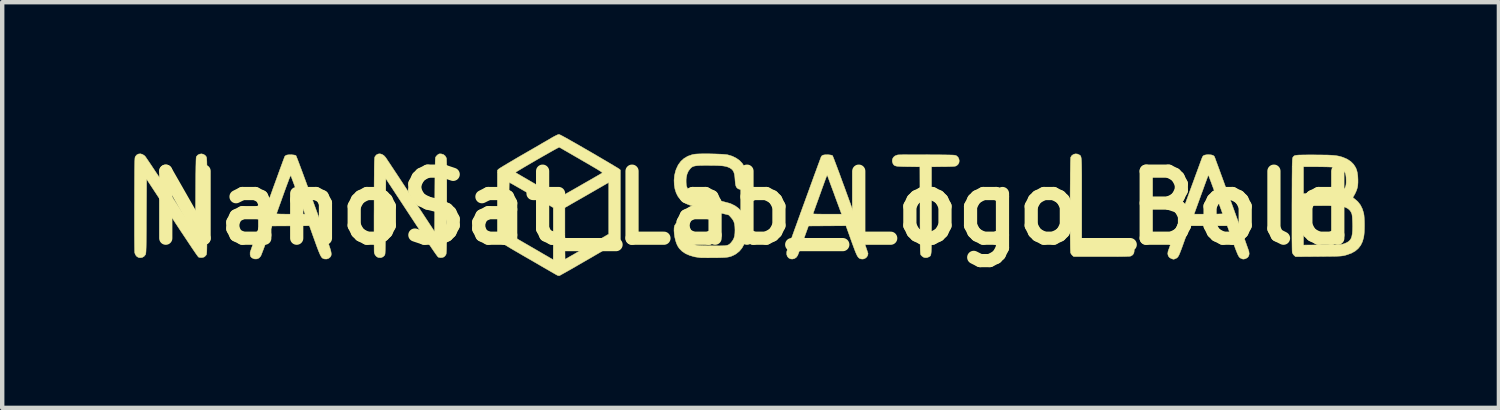
<source format=kicad_pcb>
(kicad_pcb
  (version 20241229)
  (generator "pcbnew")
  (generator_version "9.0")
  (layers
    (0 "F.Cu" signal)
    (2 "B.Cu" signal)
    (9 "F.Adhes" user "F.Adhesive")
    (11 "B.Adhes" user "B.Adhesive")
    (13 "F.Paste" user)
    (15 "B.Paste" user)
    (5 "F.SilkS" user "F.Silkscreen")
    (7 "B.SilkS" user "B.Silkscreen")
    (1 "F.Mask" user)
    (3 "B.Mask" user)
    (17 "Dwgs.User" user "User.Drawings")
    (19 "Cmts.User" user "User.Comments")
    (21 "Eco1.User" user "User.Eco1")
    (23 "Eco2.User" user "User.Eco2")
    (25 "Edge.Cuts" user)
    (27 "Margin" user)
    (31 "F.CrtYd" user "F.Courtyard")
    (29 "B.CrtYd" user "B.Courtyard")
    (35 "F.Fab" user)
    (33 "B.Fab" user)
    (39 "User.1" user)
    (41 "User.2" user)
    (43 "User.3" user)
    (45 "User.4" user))
  (footprint "NanoSat_Lab_Logo_Bold"
    (layer "F.Cu")
    (at 14.034 1.674)
    (property "Reference" "NanoSat_Lab_Logo_Bold" (at 0 0 0) (layer "F.SilkS") (effects (font (size 1.524 1.524) (thickness 0.3))))
    (attr through_hole)
    (fp_poly (pts (xy 7.395 -1.225) (xy 7.434 -1.209) (xy 7.444 -1.203) (xy 7.454 -1.198) (xy 7.462 -1.192) (xy 7.469 -1.184) (xy 7.475 -1.174) (xy 7.48 -1.159) (xy 7.484 -1.139) (xy 7.488 -1.112) (xy 7.491 -1.078) (xy 7.493 -1.034) (xy 7.495 -0.98) (xy 7.496 -0.915) (xy 7.497 -0.838) (xy 7.498 -0.746) (xy 7.498 -0.64) (xy 7.498 -0.517) (xy 7.498 -0.377) (xy 7.498 -0.219) (xy 7.498 -0.143) (xy 7.498 0.843) (xy 8.043 0.843) (xy 8.164 0.843) (xy 8.266 0.844) (xy 8.351 0.844) (xy 8.421 0.845) (xy 8.478 0.846) (xy 8.522 0.847) (xy 8.556 0.848) (xy 8.581 0.85) (xy 8.6 0.853) (xy 8.613 0.856) (xy 8.621 0.859) (xy 8.661 0.888) (xy 8.684 0.929) (xy 8.691 0.975) (xy 8.682 1.027) (xy 8.658 1.066) (xy 8.621 1.091) (xy 8.612 1.095) (xy 8.6 1.097) (xy 8.582 1.1) (xy 8.558 1.102) (xy 8.525 1.103) (xy 8.482 1.105) (xy 8.428 1.106) (xy 8.362 1.106) (xy 8.281 1.107) (xy 8.184 1.107) (xy 8.069 1.107) (xy 7.952 1.107) (xy 7.317 1.107) (xy 7.286 1.081) (xy 7.262 1.054) (xy 7.245 1.021) (xy 7.244 1.018) (xy 7.243 1.001) (xy 7.241 0.966) (xy 7.239 0.913) (xy 7.238 0.846) (xy 7.237 0.765) (xy 7.236 0.672) (xy 7.235 0.569) (xy 7.235 0.457) (xy 7.234 0.338) (xy 7.234 0.214) (xy 7.234 0.087) (xy 7.234 -0.043) (xy 7.234 -0.173) (xy 7.234 -0.301) (xy 7.235 -0.427) (xy 7.236 -0.547) (xy 7.237 -0.662) (xy 7.237 -0.768) (xy 7.239 -0.864) (xy 7.24 -0.95) (xy 7.241 -1.022) (xy 7.243 -1.079) (xy 7.245 -1.121) (xy 7.246 -1.144) (xy 7.247 -1.148) (xy 7.27 -1.187) (xy 7.306 -1.213) (xy 7.349 -1.227) (xy 7.395 -1.225)) (stroke (width 0.01) (type solid)) (fill yes) (layer "F.SilkS"))
    (fp_poly (pts (xy 3.78 -1.208) (xy 3.887 -1.208) (xy 3.998 -1.207) (xy 4.126 -1.206) (xy 4.235 -1.206) (xy 4.327 -1.205) (xy 4.404 -1.204) (xy 4.466 -1.203) (xy 4.516 -1.202) (xy 4.555 -1.201) (xy 4.585 -1.199) (xy 4.608 -1.197) (xy 4.624 -1.194) (xy 4.635 -1.191) (xy 4.644 -1.188) (xy 4.649 -1.185) (xy 4.686 -1.153) (xy 4.707 -1.112) (xy 4.714 -1.067) (xy 4.707 -1.023) (xy 4.684 -0.985) (xy 4.651 -0.958) (xy 4.638 -0.952) (xy 4.622 -0.948) (xy 4.6 -0.944) (xy 4.569 -0.942) (xy 4.527 -0.94) (xy 4.471 -0.938) (xy 4.399 -0.937) (xy 4.351 -0.937) (xy 4.084 -0.933) (xy 4.084 0.052) (xy 4.084 0.218) (xy 4.085 0.366) (xy 4.084 0.495) (xy 4.084 0.608) (xy 4.084 0.706) (xy 4.083 0.789) (xy 4.082 0.859) (xy 4.081 0.917) (xy 4.079 0.965) (xy 4.077 1.003) (xy 4.074 1.032) (xy 4.07 1.055) (xy 4.066 1.072) (xy 4.061 1.084) (xy 4.055 1.092) (xy 4.048 1.099) (xy 4.04 1.104) (xy 4.032 1.109) (xy 4.03 1.11) (xy 3.984 1.13) (xy 3.937 1.132) (xy 3.902 1.12) (xy 3.872 1.1) (xy 3.848 1.075) (xy 3.846 1.074) (xy 3.843 1.069) (xy 3.84 1.063) (xy 3.837 1.055) (xy 3.835 1.044) (xy 3.833 1.029) (xy 3.831 1.007) (xy 3.829 0.979) (xy 3.828 0.943) (xy 3.827 0.898) (xy 3.826 0.842) (xy 3.825 0.774) (xy 3.825 0.693) (xy 3.824 0.598) (xy 3.824 0.487) (xy 3.823 0.36) (xy 3.823 0.215) (xy 3.823 0.056) (xy 3.82 -0.933) (xy 3.553 -0.937) (xy 3.465 -0.938) (xy 3.394 -0.94) (xy 3.34 -0.943) (xy 3.298 -0.947) (xy 3.267 -0.954) (xy 3.245 -0.963) (xy 3.229 -0.975) (xy 3.217 -0.991) (xy 3.206 -1.012) (xy 3.204 -1.014) (xy 3.191 -1.063) (xy 3.197 -1.108) (xy 3.218 -1.149) (xy 3.254 -1.18) (xy 3.303 -1.2) (xy 3.324 -1.204) (xy 3.344 -1.205) (xy 3.382 -1.206) (xy 3.436 -1.207) (xy 3.505 -1.207) (xy 3.587 -1.208) (xy 3.679 -1.208) (xy 3.78 -1.208)) (stroke (width 0.01) (type solid)) (fill yes) (layer "F.SilkS"))
    (fp_poly (pts (xy -13.848 -1.217) (xy -13.803 -1.188) (xy -13.786 -1.172) (xy -13.777 -1.159) (xy -13.757 -1.131) (xy -13.728 -1.088) (xy -13.69 -1.032) (xy -13.644 -0.964) (xy -13.591 -0.884) (xy -13.532 -0.795) (xy -13.466 -0.697) (xy -13.397 -0.591) (xy -13.323 -0.48) (xy -13.246 -0.363) (xy -13.202 -0.296) (xy -12.644 0.552) (xy -12.639 -0.296) (xy -12.638 -0.461) (xy -12.637 -0.606) (xy -12.636 -0.732) (xy -12.634 -0.841) (xy -12.633 -0.932) (xy -12.631 -1.007) (xy -12.63 -1.067) (xy -12.628 -1.111) (xy -12.626 -1.142) (xy -12.623 -1.159) (xy -12.622 -1.163) (xy -12.591 -1.2) (xy -12.55 -1.221) (xy -12.506 -1.228) (xy -12.462 -1.218) (xy -12.423 -1.194) (xy -12.4 -1.166) (xy -12.397 -1.16) (xy -12.394 -1.153) (xy -12.391 -1.144) (xy -12.389 -1.132) (xy -12.387 -1.115) (xy -12.386 -1.092) (xy -12.384 -1.063) (xy -12.383 -1.025) (xy -12.382 -0.978) (xy -12.382 -0.921) (xy -12.381 -0.852) (xy -12.381 -0.77) (xy -12.38 -0.675) (xy -12.38 -0.564) (xy -12.38 -0.437) (xy -12.38 -0.293) (xy -12.38 -0.13) (xy -12.38 -0.045) (xy -12.38 0.127) (xy -12.38 0.281) (xy -12.38 0.416) (xy -12.38 0.535) (xy -12.381 0.638) (xy -12.381 0.726) (xy -12.382 0.801) (xy -12.382 0.864) (xy -12.383 0.916) (xy -12.384 0.958) (xy -12.385 0.991) (xy -12.387 1.016) (xy -12.389 1.035) (xy -12.391 1.049) (xy -12.393 1.059) (xy -12.396 1.066) (xy -12.398 1.07) (xy -12.42 1.095) (xy -12.441 1.114) (xy -12.475 1.126) (xy -12.517 1.13) (xy -12.557 1.124) (xy -12.573 1.118) (xy -12.582 1.107) (xy -12.602 1.081) (xy -12.632 1.039) (xy -12.671 0.982) (xy -12.719 0.912) (xy -12.775 0.828) (xy -12.838 0.733) (xy -12.909 0.627) (xy -12.987 0.51) (xy -13.07 0.384) (xy -13.159 0.248) (xy -13.174 0.226) (xy -13.752 -0.653) (xy -13.757 0.189) (xy -13.758 0.34) (xy -13.758 0.472) (xy -13.759 0.586) (xy -13.76 0.685) (xy -13.761 0.768) (xy -13.762 0.837) (xy -13.763 0.894) (xy -13.765 0.94) (xy -13.766 0.977) (xy -13.768 1.005) (xy -13.77 1.026) (xy -13.772 1.041) (xy -13.775 1.052) (xy -13.778 1.06) (xy -13.78 1.064) (xy -13.812 1.103) (xy -13.854 1.127) (xy -13.904 1.133) (xy -13.936 1.127) (xy -13.974 1.105) (xy -14.004 1.068) (xy -14.021 1.025) (xy -14.023 1.008) (xy -14.025 0.97) (xy -14.026 0.912) (xy -14.027 0.834) (xy -14.028 0.736) (xy -14.029 0.618) (xy -14.029 0.48) (xy -14.029 0.323) (xy -14.029 0.146) (xy -14.029 -0.05) (xy -14.029 -0.073) (xy -14.028 -0.243) (xy -14.028 -0.395) (xy -14.027 -0.528) (xy -14.027 -0.645) (xy -14.026 -0.745) (xy -14.026 -0.832) (xy -14.025 -0.905) (xy -14.024 -0.966) (xy -14.023 -1.017) (xy -14.022 -1.057) (xy -14.02 -1.089) (xy -14.019 -1.114) (xy -14.017 -1.133) (xy -14.015 -1.146) (xy -14.012 -1.156) (xy -14.009 -1.163) (xy -14.008 -1.166) (xy -13.978 -1.203) (xy -13.938 -1.224) (xy -13.894 -1.229) (xy -13.848 -1.217)) (stroke (width 0.01) (type solid)) (fill yes) (layer "F.SilkS"))
    (fp_poly (pts (xy -8.405 -1.217) (xy -8.361 -1.19) (xy -8.323 -1.149) (xy -8.313 -1.135) (xy -8.293 -1.105) (xy -8.264 -1.061) (xy -8.225 -1.003) (xy -8.179 -0.933) (xy -8.126 -0.853) (xy -8.066 -0.763) (xy -8.001 -0.664) (xy -7.932 -0.559) (xy -7.858 -0.447) (xy -7.781 -0.331) (xy -7.751 -0.285) (xy -7.209 0.539) (xy -7.203 -0.292) (xy -7.202 -0.456) (xy -7.201 -0.6) (xy -7.2 -0.726) (xy -7.199 -0.834) (xy -7.197 -0.924) (xy -7.195 -0.999) (xy -7.194 -1.057) (xy -7.192 -1.101) (xy -7.19 -1.13) (xy -7.187 -1.146) (xy -7.187 -1.149) (xy -7.171 -1.173) (xy -7.147 -1.198) (xy -7.141 -1.203) (xy -7.117 -1.221) (xy -7.094 -1.228) (xy -7.063 -1.227) (xy -7.059 -1.227) (xy -7.008 -1.213) (xy -6.969 -1.182) (xy -6.943 -1.138) (xy -6.939 -1.126) (xy -6.937 -1.109) (xy -6.936 -1.072) (xy -6.934 -1.015) (xy -6.933 -0.94) (xy -6.932 -0.845) (xy -6.932 -0.731) (xy -6.931 -0.6) (xy -6.931 -0.451) (xy -6.931 -0.284) (xy -6.931 -0.1) (xy -6.931 -0.029) (xy -6.932 0.142) (xy -6.932 0.293) (xy -6.933 0.426) (xy -6.933 0.543) (xy -6.934 0.644) (xy -6.935 0.73) (xy -6.935 0.803) (xy -6.936 0.865) (xy -6.937 0.915) (xy -6.938 0.956) (xy -6.94 0.988) (xy -6.942 1.012) (xy -6.943 1.031) (xy -6.946 1.044) (xy -6.948 1.054) (xy -6.951 1.061) (xy -6.952 1.064) (xy -6.972 1.092) (xy -6.994 1.113) (xy -6.996 1.114) (xy -7.032 1.128) (xy -7.075 1.131) (xy -7.116 1.123) (xy -7.126 1.118) (xy -7.137 1.107) (xy -7.158 1.079) (xy -7.19 1.035) (xy -7.233 0.973) (xy -7.286 0.895) (xy -7.35 0.8) (xy -7.425 0.688) (xy -7.51 0.559) (xy -7.607 0.414) (xy -7.714 0.251) (xy -7.735 0.219) (xy -8.316 -0.665) (xy -8.321 0.193) (xy -8.322 0.346) (xy -8.323 0.48) (xy -8.324 0.596) (xy -8.325 0.696) (xy -8.326 0.781) (xy -8.327 0.851) (xy -8.328 0.909) (xy -8.329 0.956) (xy -8.331 0.993) (xy -8.332 1.022) (xy -8.334 1.042) (xy -8.337 1.057) (xy -8.339 1.067) (xy -8.342 1.074) (xy -8.343 1.075) (xy -8.38 1.112) (xy -8.426 1.131) (xy -8.476 1.13) (xy -8.49 1.127) (xy -8.528 1.106) (xy -8.559 1.07) (xy -8.578 1.026) (xy -8.58 1.013) (xy -8.581 0.997) (xy -8.582 0.963) (xy -8.582 0.91) (xy -8.583 0.842) (xy -8.583 0.759) (xy -8.583 0.662) (xy -8.584 0.554) (xy -8.584 0.435) (xy -8.584 0.307) (xy -8.584 0.172) (xy -8.583 0.031) (xy -8.583 -0.081) (xy -8.583 -0.251) (xy -8.582 -0.402) (xy -8.582 -0.534) (xy -8.581 -0.65) (xy -8.58 -0.75) (xy -8.58 -0.836) (xy -8.579 -0.909) (xy -8.578 -0.969) (xy -8.577 -1.019) (xy -8.576 -1.059) (xy -8.574 -1.091) (xy -8.573 -1.115) (xy -8.571 -1.134) (xy -8.569 -1.147) (xy -8.566 -1.156) (xy -8.563 -1.163) (xy -8.562 -1.166) (xy -8.532 -1.203) (xy -8.493 -1.224) (xy -8.45 -1.229) (xy -8.405 -1.217)) (stroke (width 0.01) (type solid)) (fill yes) (layer "F.SilkS"))
    (fp_poly (pts (xy 1.737 -1.207) (xy 1.779 -1.203) (xy 1.813 -1.197) (xy 1.833 -1.189) (xy 1.834 -1.188) (xy 1.84 -1.176) (xy 1.852 -1.146) (xy 1.87 -1.101) (xy 1.893 -1.04) (xy 1.921 -0.966) (xy 1.953 -0.881) (xy 1.989 -0.785) (xy 2.027 -0.68) (xy 2.068 -0.568) (xy 2.112 -0.45) (xy 2.156 -0.328) (xy 2.202 -0.202) (xy 2.248 -0.075) (xy 2.294 0.052) (xy 2.339 0.177) (xy 2.383 0.3) (xy 2.426 0.418) (xy 2.466 0.53) (xy 2.503 0.635) (xy 2.537 0.731) (xy 2.567 0.817) (xy 2.593 0.891) (xy 2.614 0.952) (xy 2.629 0.998) (xy 2.639 1.028) (xy 2.642 1.04) (xy 2.632 1.084) (xy 2.607 1.122) (xy 2.571 1.149) (xy 2.528 1.163) (xy 2.481 1.16) (xy 2.477 1.159) (xy 2.458 1.152) (xy 2.441 1.143) (xy 2.425 1.129) (xy 2.409 1.109) (xy 2.393 1.082) (xy 2.375 1.044) (xy 2.354 0.995) (xy 2.33 0.932) (xy 2.301 0.854) (xy 2.266 0.759) (xy 2.261 0.744) (xy 2.14 0.406) (xy 1.288 0.411) (xy 1.172 0.732) (xy 1.144 0.809) (xy 1.117 0.883) (xy 1.093 0.948) (xy 1.072 1.004) (xy 1.055 1.048) (xy 1.044 1.076) (xy 1.04 1.085) (xy 1.008 1.127) (xy 0.966 1.153) (xy 0.918 1.163) (xy 0.878 1.158) (xy 0.836 1.136) (xy 0.807 1.1) (xy 0.793 1.054) (xy 0.794 1.002) (xy 0.798 0.985) (xy 0.802 0.971) (xy 0.813 0.94) (xy 0.83 0.893) (xy 0.852 0.831) (xy 0.879 0.756) (xy 0.91 0.669) (xy 0.945 0.573) (xy 0.983 0.467) (xy 1.024 0.355) (xy 1.066 0.237) (xy 1.103 0.136) (xy 1.392 0.136) (xy 1.402 0.137) (xy 1.429 0.139) (xy 1.473 0.14) (xy 1.529 0.141) (xy 1.596 0.142) (xy 1.671 0.142) (xy 1.717 0.142) (xy 2.042 0.142) (xy 2.031 0.114) (xy 2.025 0.099) (xy 2.013 0.067) (xy 1.996 0.02) (xy 1.974 -0.04) (xy 1.948 -0.11) (xy 1.919 -0.188) (xy 1.888 -0.272) (xy 1.875 -0.31) (xy 1.843 -0.396) (xy 1.813 -0.477) (xy 1.786 -0.55) (xy 1.763 -0.614) (xy 1.744 -0.666) (xy 1.73 -0.704) (xy 1.721 -0.726) (xy 1.72 -0.73) (xy 1.715 -0.737) (xy 1.71 -0.735) (xy 1.702 -0.721) (xy 1.69 -0.694) (xy 1.674 -0.651) (xy 1.662 -0.618) (xy 1.646 -0.574) (xy 1.624 -0.513) (xy 1.598 -0.442) (xy 1.57 -0.363) (xy 1.54 -0.28) (xy 1.51 -0.196) (xy 1.503 -0.177) (xy 1.476 -0.102) (xy 1.451 -0.034) (xy 1.43 0.026) (xy 1.412 0.075) (xy 1.4 0.111) (xy 1.393 0.132) (xy 1.392 0.136) (xy 1.103 0.136) (xy 1.11 0.116) (xy 1.155 -0.009) (xy 1.201 -0.134) (xy 1.246 -0.259) (xy 1.291 -0.382) (xy 1.334 -0.501) (xy 1.376 -0.616) (xy 1.415 -0.724) (xy 1.452 -0.824) (xy 1.485 -0.914) (xy 1.514 -0.993) (xy 1.539 -1.06) (xy 1.558 -1.113) (xy 1.566 -1.135) (xy 1.58 -1.167) (xy 1.595 -1.186) (xy 1.616 -1.197) (xy 1.622 -1.199) (xy 1.653 -1.205) (xy 1.693 -1.208) (xy 1.737 -1.207)) (stroke (width 0.01) (type solid)) (fill yes) (layer "F.SilkS"))
    (fp_poly (pts (xy 10.438 -1.205) (xy 10.48 -1.194) (xy 10.506 -1.175) (xy 10.515 -1.161) (xy 10.521 -1.146) (xy 10.533 -1.114) (xy 10.55 -1.067) (xy 10.572 -1.007) (xy 10.598 -0.937) (xy 10.628 -0.857) (xy 10.659 -0.77) (xy 10.688 -0.692) (xy 10.723 -0.596) (xy 10.763 -0.485) (xy 10.808 -0.362) (xy 10.856 -0.231) (xy 10.905 -0.096) (xy 10.955 0.041) (xy 11.003 0.174) (xy 11.049 0.3) (xy 11.067 0.351) (xy 11.106 0.457) (xy 11.143 0.559) (xy 11.177 0.654) (xy 11.209 0.741) (xy 11.236 0.818) (xy 11.259 0.883) (xy 11.278 0.935) (xy 11.29 0.971) (xy 11.297 0.991) (xy 11.297 0.992) (xy 11.303 1.046) (xy 11.292 1.093) (xy 11.264 1.13) (xy 11.22 1.154) (xy 11.207 1.158) (xy 11.176 1.164) (xy 11.15 1.161) (xy 11.123 1.15) (xy 11.107 1.142) (xy 11.092 1.132) (xy 11.078 1.118) (xy 11.064 1.098) (xy 11.049 1.07) (xy 11.033 1.033) (xy 11.013 0.985) (xy 10.989 0.923) (xy 10.961 0.846) (xy 10.928 0.753) (xy 10.916 0.719) (xy 10.805 0.407) (xy 10.378 0.407) (xy 9.952 0.407) (xy 9.846 0.704) (xy 9.81 0.804) (xy 9.78 0.888) (xy 9.755 0.955) (xy 9.734 1.009) (xy 9.717 1.051) (xy 9.702 1.083) (xy 9.688 1.106) (xy 9.675 1.123) (xy 9.662 1.135) (xy 9.647 1.144) (xy 9.631 1.152) (xy 9.624 1.154) (xy 9.601 1.164) (xy 9.584 1.167) (xy 9.566 1.163) (xy 9.536 1.153) (xy 9.536 1.153) (xy 9.492 1.128) (xy 9.464 1.091) (xy 9.453 1.045) (xy 9.458 0.996) (xy 9.462 0.982) (xy 9.473 0.951) (xy 9.49 0.903) (xy 9.512 0.841) (xy 9.539 0.766) (xy 9.57 0.68) (xy 9.605 0.583) (xy 9.643 0.478) (xy 9.684 0.366) (xy 9.726 0.248) (xy 9.765 0.142) (xy 10.051 0.142) (xy 10.375 0.142) (xy 10.455 0.142) (xy 10.527 0.141) (xy 10.589 0.14) (xy 10.64 0.138) (xy 10.676 0.137) (xy 10.696 0.134) (xy 10.698 0.133) (xy 10.695 0.122) (xy 10.686 0.095) (xy 10.671 0.052) (xy 10.651 -0.002) (xy 10.628 -0.065) (xy 10.602 -0.136) (xy 10.574 -0.213) (xy 10.546 -0.291) (xy 10.517 -0.371) (xy 10.488 -0.448) (xy 10.461 -0.521) (xy 10.437 -0.587) (xy 10.415 -0.644) (xy 10.398 -0.69) (xy 10.386 -0.722) (xy 10.379 -0.739) (xy 10.378 -0.74) (xy 10.377 -0.741) (xy 10.375 -0.741) (xy 10.373 -0.738) (xy 10.369 -0.729) (xy 10.363 -0.715) (xy 10.355 -0.693) (xy 10.343 -0.662) (xy 10.328 -0.62) (xy 10.308 -0.566) (xy 10.283 -0.498) (xy 10.253 -0.414) (xy 10.216 -0.314) (xy 10.201 -0.272) (xy 10.051 0.142) (xy 9.765 0.142) (xy 9.771 0.126) (xy 9.816 0.002) (xy 9.861 -0.123) (xy 9.907 -0.248) (xy 9.951 -0.371) (xy 9.995 -0.49) (xy 10.037 -0.604) (xy 10.076 -0.712) (xy 10.113 -0.812) (xy 10.146 -0.902) (xy 10.175 -0.981) (xy 10.199 -1.048) (xy 10.219 -1.101) (xy 10.233 -1.138) (xy 10.241 -1.158) (xy 10.242 -1.16) (xy 10.261 -1.185) (xy 10.294 -1.2) (xy 10.343 -1.208) (xy 10.378 -1.209) (xy 10.438 -1.205)) (stroke (width 0.01) (type solid)) (fill yes) (layer "F.SilkS"))
    (fp_poly (pts (xy -10.455 -1.207) (xy -10.413 -1.203) (xy -10.379 -1.197) (xy -10.359 -1.189) (xy -10.358 -1.188) (xy -10.353 -1.176) (xy -10.341 -1.147) (xy -10.323 -1.102) (xy -10.3 -1.041) (xy -10.272 -0.967) (xy -10.24 -0.881) (xy -10.204 -0.785) (xy -10.165 -0.679) (xy -10.123 -0.565) (xy -10.079 -0.445) (xy -10.043 -0.345) (xy -9.995 -0.214) (xy -9.947 -0.083) (xy -9.9 0.045) (xy -9.855 0.169) (xy -9.812 0.287) (xy -9.772 0.396) (xy -9.736 0.496) (xy -9.704 0.583) (xy -9.678 0.655) (xy -9.657 0.712) (xy -9.65 0.732) (xy -9.617 0.821) (xy -9.592 0.894) (xy -9.574 0.952) (xy -9.562 0.999) (xy -9.557 1.035) (xy -9.557 1.064) (xy -9.562 1.087) (xy -9.572 1.107) (xy -9.577 1.114) (xy -9.611 1.144) (xy -9.654 1.161) (xy -9.7 1.162) (xy -9.713 1.159) (xy -9.729 1.154) (xy -9.744 1.149) (xy -9.756 1.141) (xy -9.769 1.13) (xy -9.781 1.114) (xy -9.795 1.092) (xy -9.81 1.062) (xy -9.827 1.022) (xy -9.848 0.972) (xy -9.872 0.909) (xy -9.9 0.833) (xy -9.933 0.741) (xy -9.972 0.633) (xy -10.003 0.546) (xy -10.053 0.406) (xy -10.479 0.409) (xy -10.905 0.411) (xy -11.024 0.741) (xy -11.053 0.82) (xy -11.08 0.893) (xy -11.105 0.96) (xy -11.127 1.016) (xy -11.144 1.06) (xy -11.156 1.089) (xy -11.162 1.099) (xy -11.198 1.139) (xy -11.242 1.159) (xy -11.292 1.161) (xy -11.323 1.153) (xy -11.363 1.133) (xy -11.389 1.104) (xy -11.4 1.063) (xy -11.4 1.012) (xy -11.397 1) (xy -11.387 0.971) (xy -11.371 0.925) (xy -11.35 0.865) (xy -11.323 0.792) (xy -11.293 0.707) (xy -11.259 0.611) (xy -11.222 0.507) (xy -11.182 0.396) (xy -11.14 0.279) (xy -11.096 0.157) (xy -11.088 0.135) (xy -10.8 0.135) (xy -10.79 0.136) (xy -10.763 0.138) (xy -10.719 0.14) (xy -10.663 0.141) (xy -10.596 0.142) (xy -10.521 0.142) (xy -10.475 0.142) (xy -10.151 0.142) (xy -10.177 0.074) (xy -10.187 0.046) (xy -10.203 0.004) (xy -10.223 -0.051) (xy -10.247 -0.116) (xy -10.273 -0.187) (xy -10.301 -0.264) (xy -10.33 -0.342) (xy -10.359 -0.42) (xy -10.386 -0.494) (xy -10.411 -0.562) (xy -10.433 -0.621) (xy -10.451 -0.669) (xy -10.463 -0.703) (xy -10.469 -0.72) (xy -10.472 -0.727) (xy -10.475 -0.731) (xy -10.48 -0.729) (xy -10.486 -0.721) (xy -10.494 -0.705) (xy -10.505 -0.68) (xy -10.52 -0.643) (xy -10.538 -0.593) (xy -10.562 -0.53) (xy -10.591 -0.451) (xy -10.626 -0.355) (xy -10.641 -0.313) (xy -10.673 -0.223) (xy -10.703 -0.139) (xy -10.731 -0.063) (xy -10.755 0.004) (xy -10.774 0.059) (xy -10.789 0.1) (xy -10.798 0.126) (xy -10.8 0.135) (xy -11.088 0.135) (xy -11.051 0.033) (xy -11.006 -0.093) (xy -10.96 -0.218) (xy -10.915 -0.342) (xy -10.872 -0.463) (xy -10.829 -0.58) (xy -10.789 -0.69) (xy -10.752 -0.793) (xy -10.718 -0.887) (xy -10.687 -0.97) (xy -10.661 -1.042) (xy -10.639 -1.1) (xy -10.623 -1.143) (xy -10.613 -1.17) (xy -10.612 -1.17) (xy -10.598 -1.185) (xy -10.574 -1.198) (xy -10.569 -1.2) (xy -10.539 -1.205) (xy -10.499 -1.208) (xy -10.455 -1.207)) (stroke (width 0.01) (type solid)) (fill yes) (layer "F.SilkS"))
    (fp_poly (pts (xy 12.775 -1.204) (xy 12.893 -1.203) (xy 12.993 -1.202) (xy 13.077 -1.201) (xy 13.148 -1.198) (xy 13.208 -1.194) (xy 13.259 -1.189) (xy 13.305 -1.182) (xy 13.347 -1.174) (xy 13.388 -1.163) (xy 13.429 -1.15) (xy 13.438 -1.147) (xy 13.531 -1.107) (xy 13.611 -1.054) (xy 13.676 -0.989) (xy 13.725 -0.912) (xy 13.747 -0.856) (xy 13.761 -0.797) (xy 13.771 -0.726) (xy 13.775 -0.649) (xy 13.775 -0.572) (xy 13.77 -0.503) (xy 13.763 -0.465) (xy 13.745 -0.405) (xy 13.718 -0.342) (xy 13.687 -0.284) (xy 13.67 -0.257) (xy 13.662 -0.244) (xy 13.663 -0.233) (xy 13.676 -0.221) (xy 13.699 -0.204) (xy 13.771 -0.142) (xy 13.831 -0.065) (xy 13.876 0.026) (xy 13.905 0.122) (xy 13.913 0.171) (xy 13.918 0.235) (xy 13.922 0.31) (xy 13.923 0.39) (xy 13.922 0.47) (xy 13.919 0.546) (xy 13.913 0.612) (xy 13.906 0.664) (xy 13.906 0.665) (xy 13.878 0.765) (xy 13.837 0.85) (xy 13.781 0.922) (xy 13.712 0.981) (xy 13.626 1.029) (xy 13.523 1.066) (xy 13.477 1.079) (xy 13.456 1.084) (xy 13.434 1.088) (xy 13.412 1.091) (xy 13.385 1.094) (xy 13.353 1.096) (xy 13.314 1.098) (xy 13.265 1.1) (xy 13.205 1.101) (xy 13.132 1.102) (xy 13.043 1.103) (xy 12.936 1.104) (xy 12.872 1.105) (xy 12.358 1.109) (xy 12.326 1.082) (xy 12.302 1.054) (xy 12.285 1.022) (xy 12.283 1.018) (xy 12.281 1.002) (xy 12.279 0.97) (xy 12.278 0.92) (xy 12.277 0.853) (xy 12.277 0.845) (xy 12.537 0.845) (xy 12.967 0.841) (xy 13.072 0.84) (xy 13.158 0.839) (xy 13.229 0.838) (xy 13.286 0.837) (xy 13.33 0.835) (xy 13.365 0.833) (xy 13.392 0.83) (xy 13.414 0.827) (xy 13.432 0.823) (xy 13.448 0.818) (xy 13.462 0.814) (xy 13.515 0.792) (xy 13.558 0.767) (xy 13.591 0.736) (xy 13.617 0.698) (xy 13.635 0.649) (xy 13.646 0.587) (xy 13.652 0.512) (xy 13.654 0.419) (xy 13.653 0.354) (xy 13.65 0.279) (xy 13.647 0.222) (xy 13.643 0.178) (xy 13.638 0.146) (xy 13.631 0.123) (xy 13.631 0.122) (xy 13.6 0.065) (xy 13.553 0.02) (xy 13.491 -0.013) (xy 13.412 -0.036) (xy 13.39 -0.04) (xy 13.364 -0.043) (xy 13.32 -0.045) (xy 13.261 -0.047) (xy 13.189 -0.049) (xy 13.106 -0.05) (xy 13.015 -0.05) (xy 12.931 -0.051) (xy 12.537 -0.051) (xy 12.537 0.845) (xy 12.277 0.845) (xy 12.276 0.767) (xy 12.275 0.664) (xy 12.275 0.541) (xy 12.275 0.4) (xy 12.275 0.239) (xy 12.275 0.059) (xy 12.275 -0.071) (xy 12.276 -0.241) (xy 12.276 -0.324) (xy 12.537 -0.324) (xy 12.901 -0.328) (xy 13 -0.329) (xy 13.082 -0.331) (xy 13.148 -0.332) (xy 13.2 -0.334) (xy 13.241 -0.337) (xy 13.273 -0.34) (xy 13.298 -0.343) (xy 13.318 -0.348) (xy 13.325 -0.35) (xy 13.389 -0.373) (xy 13.436 -0.402) (xy 13.47 -0.44) (xy 13.484 -0.464) (xy 13.494 -0.488) (xy 13.501 -0.512) (xy 13.505 -0.54) (xy 13.507 -0.577) (xy 13.507 -0.63) (xy 13.505 -0.696) (xy 13.499 -0.746) (xy 13.489 -0.784) (xy 13.472 -0.815) (xy 13.447 -0.843) (xy 13.438 -0.851) (xy 13.412 -0.871) (xy 13.382 -0.888) (xy 13.346 -0.901) (xy 13.303 -0.912) (xy 13.25 -0.92) (xy 13.185 -0.927) (xy 13.106 -0.931) (xy 13.012 -0.933) (xy 12.901 -0.934) (xy 12.85 -0.935) (xy 12.537 -0.935) (xy 12.537 -0.324) (xy 12.276 -0.324) (xy 12.276 -0.391) (xy 12.277 -0.524) (xy 12.277 -0.64) (xy 12.278 -0.74) (xy 12.279 -0.825) (xy 12.279 -0.898) (xy 12.28 -0.958) (xy 12.281 -1.008) (xy 12.283 -1.047) (xy 12.284 -1.079) (xy 12.286 -1.102) (xy 12.288 -1.12) (xy 12.29 -1.132) (xy 12.292 -1.141) (xy 12.295 -1.147) (xy 12.296 -1.149) (xy 12.306 -1.162) (xy 12.315 -1.173) (xy 12.327 -1.182) (xy 12.343 -1.189) (xy 12.365 -1.194) (xy 12.395 -1.198) (xy 12.435 -1.201) (xy 12.486 -1.202) (xy 12.552 -1.203) (xy 12.633 -1.204) (xy 12.732 -1.204) (xy 12.775 -1.204)) (stroke (width 0.01) (type solid)) (fill yes) (layer "F.SilkS"))
    (fp_poly (pts (xy -0.992 -1.229) (xy -0.908 -1.227) (xy -0.825 -1.225) (xy -0.745 -1.222) (xy -0.673 -1.219) (xy -0.612 -1.214) (xy -0.566 -1.209) (xy -0.544 -1.205) (xy -0.442 -1.174) (xy -0.352 -1.129) (xy -0.275 -1.074) (xy -0.214 -1.008) (xy -0.174 -0.942) (xy -0.152 -0.886) (xy -0.134 -0.821) (xy -0.121 -0.752) (xy -0.112 -0.681) (xy -0.108 -0.615) (xy -0.11 -0.556) (xy -0.117 -0.51) (xy -0.125 -0.49) (xy -0.157 -0.45) (xy -0.198 -0.426) (xy -0.245 -0.418) (xy -0.293 -0.427) (xy -0.313 -0.437) (xy -0.336 -0.455) (xy -0.354 -0.48) (xy -0.366 -0.514) (xy -0.374 -0.561) (xy -0.38 -0.625) (xy -0.38 -0.63) (xy -0.386 -0.709) (xy -0.396 -0.77) (xy -0.411 -0.818) (xy -0.432 -0.854) (xy -0.46 -0.883) (xy -0.497 -0.907) (xy -0.511 -0.914) (xy -0.543 -0.928) (xy -0.577 -0.939) (xy -0.617 -0.948) (xy -0.665 -0.955) (xy -0.723 -0.959) (xy -0.793 -0.963) (xy -0.879 -0.964) (xy -0.982 -0.965) (xy -1.001 -0.965) (xy -1.093 -0.965) (xy -1.167 -0.964) (xy -1.226 -0.961) (xy -1.272 -0.956) (xy -1.308 -0.949) (xy -1.336 -0.94) (xy -1.36 -0.927) (xy -1.38 -0.911) (xy -1.394 -0.897) (xy -1.441 -0.836) (xy -1.472 -0.764) (xy -1.489 -0.679) (xy -1.492 -0.643) (xy -1.492 -0.59) (xy -1.49 -0.541) (xy -1.485 -0.504) (xy -1.484 -0.5) (xy -1.467 -0.453) (xy -1.441 -0.405) (xy -1.41 -0.363) (xy -1.382 -0.335) (xy -1.363 -0.327) (xy -1.325 -0.315) (xy -1.269 -0.299) (xy -1.195 -0.279) (xy -1.103 -0.255) (xy -0.995 -0.229) (xy -0.948 -0.217) (xy -0.858 -0.195) (xy -0.771 -0.174) (xy -0.691 -0.154) (xy -0.62 -0.135) (xy -0.56 -0.119) (xy -0.514 -0.107) (xy -0.485 -0.098) (xy -0.48 -0.096) (xy -0.383 -0.049) (xy -0.3 0.011) (xy -0.232 0.086) (xy -0.179 0.174) (xy -0.14 0.275) (xy -0.117 0.389) (xy -0.109 0.513) (xy -0.117 0.626) (xy -0.14 0.731) (xy -0.176 0.828) (xy -0.224 0.914) (xy -0.284 0.986) (xy -0.355 1.043) (xy -0.392 1.065) (xy -0.43 1.083) (xy -0.464 1.098) (xy -0.498 1.109) (xy -0.534 1.117) (xy -0.576 1.123) (xy -0.627 1.128) (xy -0.689 1.13) (xy -0.765 1.132) (xy -0.853 1.133) (xy -0.929 1.133) (xy -1 1.134) (xy -1.063 1.133) (xy -1.115 1.133) (xy -1.153 1.132) (xy -1.173 1.131) (xy -1.3 1.112) (xy -1.411 1.08) (xy -1.507 1.038) (xy -1.586 0.984) (xy -1.649 0.92) (xy -1.685 0.864) (xy -1.712 0.805) (xy -1.734 0.735) (xy -1.751 0.661) (xy -1.762 0.586) (xy -1.767 0.515) (xy -1.765 0.453) (xy -1.755 0.405) (xy -1.753 0.402) (xy -1.727 0.359) (xy -1.689 0.329) (xy -1.644 0.315) (xy -1.595 0.318) (xy -1.566 0.33) (xy -1.542 0.345) (xy -1.524 0.365) (xy -1.511 0.393) (xy -1.502 0.432) (xy -1.496 0.486) (xy -1.493 0.522) (xy -1.484 0.612) (xy -1.469 0.683) (xy -1.449 0.737) (xy -1.423 0.776) (xy -1.411 0.787) (xy -1.386 0.803) (xy -1.349 0.821) (xy -1.313 0.835) (xy -1.292 0.841) (xy -1.272 0.846) (xy -1.25 0.85) (xy -1.222 0.853) (xy -1.187 0.856) (xy -1.141 0.857) (xy -1.083 0.859) (xy -1.009 0.86) (xy -0.921 0.861) (xy -0.822 0.862) (xy -0.742 0.863) (xy -0.677 0.862) (xy -0.626 0.86) (xy -0.586 0.856) (xy -0.555 0.849) (xy -0.531 0.84) (xy -0.511 0.828) (xy -0.493 0.812) (xy -0.474 0.793) (xy -0.468 0.786) (xy -0.433 0.74) (xy -0.408 0.693) (xy -0.392 0.64) (xy -0.384 0.576) (xy -0.382 0.503) (xy -0.385 0.424) (xy -0.394 0.361) (xy -0.41 0.308) (xy -0.436 0.262) (xy -0.473 0.216) (xy -0.476 0.213) (xy -0.523 0.162) (xy -0.752 0.106) (xy -0.832 0.086) (xy -0.919 0.065) (xy -1.008 0.043) (xy -1.09 0.023) (xy -1.159 0.006) (xy -1.163 0.005) (xy -1.264 -0.02) (xy -1.346 -0.043) (xy -1.415 -0.065) (xy -1.471 -0.087) (xy -1.518 -0.11) (xy -1.558 -0.136) (xy -1.595 -0.165) (xy -1.624 -0.192) (xy -1.676 -0.258) (xy -1.717 -0.338) (xy -1.746 -0.429) (xy -1.762 -0.527) (xy -1.766 -0.629) (xy -1.757 -0.733) (xy -1.733 -0.834) (xy -1.717 -0.881) (xy -1.671 -0.978) (xy -1.611 -1.059) (xy -1.539 -1.124) (xy -1.454 -1.174) (xy -1.355 -1.209) (xy -1.306 -1.219) (xy -1.269 -1.223) (xy -1.216 -1.226) (xy -1.15 -1.228) (xy -1.074 -1.229) (xy -0.992 -1.229)) (stroke (width 0.01) (type solid)) (fill yes) (layer "F.SilkS"))
    (fp_poly (pts (xy -4.372 -1.666) (xy -4.347 -1.655) (xy -4.31 -1.636) (xy -4.26 -1.609) (xy -4.195 -1.574) (xy -4.117 -1.529) (xy -4.023 -1.476) (xy -3.913 -1.413) (xy -3.787 -1.34) (xy -3.693 -1.286) (xy -3.586 -1.224) (xy -3.484 -1.164) (xy -3.389 -1.108) (xy -3.3 -1.056) (xy -3.221 -1.009) (xy -3.152 -0.968) (xy -3.095 -0.934) (xy -3.052 -0.908) (xy -3.023 -0.89) (xy -3.01 -0.881) (xy -3.01 -0.881) (xy -2.987 -0.86) (xy -2.987 0.728) (xy -3.01 0.749) (xy -3.023 0.758) (xy -3.051 0.775) (xy -3.094 0.801) (xy -3.149 0.834) (xy -3.215 0.873) (xy -3.29 0.918) (xy -3.373 0.966) (xy -3.461 1.018) (xy -3.553 1.071) (xy -3.648 1.127) (xy -3.744 1.182) (xy -3.839 1.237) (xy -3.931 1.29) (xy -4.018 1.341) (xy -4.1 1.388) (xy -4.175 1.43) (xy -4.24 1.467) (xy -4.294 1.497) (xy -4.335 1.52) (xy -4.362 1.535) (xy -4.373 1.54) (xy -4.397 1.539) (xy -4.42 1.531) (xy -4.438 1.521) (xy -4.47 1.503) (xy -4.511 1.479) (xy -4.558 1.452) (xy -4.578 1.441) (xy -4.611 1.421) (xy -4.66 1.393) (xy -4.723 1.357) (xy -4.797 1.314) (xy -4.879 1.266) (xy -4.969 1.214) (xy -5.064 1.159) (xy -5.162 1.103) (xy -5.222 1.068) (xy -5.316 1.013) (xy -5.406 0.961) (xy -5.489 0.912) (xy -5.563 0.867) (xy -5.628 0.828) (xy -5.682 0.795) (xy -5.723 0.77) (xy -5.749 0.753) (xy -5.758 0.745) (xy -5.781 0.72) (xy -5.781 0.008) (xy -5.517 0.008) (xy -5.517 0.596) (xy -5.016 0.887) (xy -4.924 0.94) (xy -4.838 0.99) (xy -4.758 1.037) (xy -4.687 1.078) (xy -4.626 1.113) (xy -4.577 1.142) (xy -4.54 1.163) (xy -4.519 1.175) (xy -4.514 1.178) (xy -4.513 1.168) (xy -4.513 1.14) (xy -4.512 1.095) (xy -4.512 1.035) (xy -4.512 0.962) (xy -4.511 0.877) (xy -4.511 0.783) (xy -4.511 0.68) (xy -4.511 0.586) (xy -4.511 -0.006) (xy -4.247 -0.006) (xy -4.247 0.581) (xy -4.247 0.688) (xy -4.247 0.789) (xy -4.246 0.882) (xy -4.246 0.965) (xy -4.245 1.036) (xy -4.244 1.094) (xy -4.244 1.136) (xy -4.243 1.162) (xy -4.242 1.168) (xy -4.233 1.163) (xy -4.207 1.149) (xy -4.168 1.127) (xy -4.115 1.096) (xy -4.051 1.06) (xy -3.978 1.017) (xy -3.896 0.97) (xy -3.808 0.92) (xy -3.744 0.882) (xy -3.251 0.596) (xy -3.251 -0.578) (xy -3.614 -0.369) (xy -3.699 -0.32) (xy -3.784 -0.271) (xy -3.866 -0.224) (xy -3.942 -0.181) (xy -4.01 -0.142) (xy -4.066 -0.11) (xy -4.108 -0.086) (xy -4.112 -0.083) (xy -4.247 -0.006) (xy -4.511 -0.006) (xy -4.511 -0.006) (xy -5.007 -0.293) (xy -5.099 -0.345) (xy -5.186 -0.395) (xy -5.265 -0.441) (xy -5.337 -0.482) (xy -5.398 -0.517) (xy -5.447 -0.545) (xy -5.484 -0.565) (xy -5.505 -0.577) (xy -5.51 -0.579) (xy -5.511 -0.569) (xy -5.513 -0.541) (xy -5.514 -0.496) (xy -5.515 -0.436) (xy -5.515 -0.362) (xy -5.516 -0.278) (xy -5.517 -0.184) (xy -5.517 -0.082) (xy -5.517 0.008) (xy -5.781 0.008) (xy -5.781 -0.804) (xy -5.369 -0.804) (xy -5.359 -0.797) (xy -5.333 -0.781) (xy -5.293 -0.758) (xy -5.242 -0.728) (xy -5.18 -0.692) (xy -5.111 -0.652) (xy -5.036 -0.608) (xy -4.958 -0.563) (xy -4.877 -0.516) (xy -4.796 -0.469) (xy -4.717 -0.424) (xy -4.642 -0.381) (xy -4.573 -0.341) (xy -4.512 -0.306) (xy -4.46 -0.277) (xy -4.42 -0.255) (xy -4.394 -0.24) (xy -4.383 -0.235) (xy -4.383 -0.235) (xy -4.372 -0.239) (xy -4.345 -0.253) (xy -4.304 -0.276) (xy -4.25 -0.305) (xy -4.186 -0.341) (xy -4.112 -0.383) (xy -4.031 -0.429) (xy -3.943 -0.479) (xy -3.9 -0.504) (xy -3.81 -0.556) (xy -3.724 -0.605) (xy -3.645 -0.65) (xy -3.575 -0.691) (xy -3.514 -0.726) (xy -3.465 -0.754) (xy -3.43 -0.775) (xy -3.409 -0.787) (xy -3.405 -0.789) (xy -3.401 -0.793) (xy -3.399 -0.797) (xy -3.402 -0.803) (xy -3.409 -0.811) (xy -3.424 -0.822) (xy -3.446 -0.837) (xy -3.478 -0.857) (xy -3.52 -0.883) (xy -3.574 -0.915) (xy -3.641 -0.954) (xy -3.723 -1.002) (xy -3.82 -1.058) (xy -3.873 -1.089) (xy -3.964 -1.142) (xy -4.051 -1.192) (xy -4.13 -1.238) (xy -4.201 -1.279) (xy -4.263 -1.314) (xy -4.312 -1.343) (xy -4.349 -1.364) (xy -4.37 -1.376) (xy -4.375 -1.379) (xy -4.386 -1.375) (xy -4.412 -1.361) (xy -4.452 -1.34) (xy -4.503 -1.312) (xy -4.563 -1.278) (xy -4.632 -1.239) (xy -4.706 -1.197) (xy -4.785 -1.152) (xy -4.865 -1.106) (xy -4.946 -1.059) (xy -5.025 -1.013) (xy -5.1 -0.969) (xy -5.17 -0.928) (xy -5.232 -0.891) (xy -5.285 -0.859) (xy -5.327 -0.834) (xy -5.355 -0.815) (xy -5.369 -0.806) (xy -5.369 -0.804) (xy -5.781 -0.804) (xy -5.781 -0.852) (xy -5.758 -0.878) (xy -5.745 -0.887) (xy -5.717 -0.906) (xy -5.673 -0.933) (xy -5.618 -0.967) (xy -5.551 -1.007) (xy -5.474 -1.052) (xy -5.39 -1.102) (xy -5.3 -1.155) (xy -5.222 -1.2) (xy -5.123 -1.257) (xy -5.026 -1.313) (xy -4.931 -1.368) (xy -4.841 -1.42) (xy -4.76 -1.468) (xy -4.688 -1.509) (xy -4.627 -1.544) (xy -4.581 -1.571) (xy -4.562 -1.583) (xy -4.495 -1.621) (xy -4.442 -1.648) (xy -4.404 -1.665) (xy -4.384 -1.669) (xy -4.372 -1.666)) (stroke (width 0.01) (type solid)) (fill yes) (layer "F.SilkS")))
  (gr_rect
    (start -3 -3)
    (end 31.012 6.219)
    (stroke (width 0.1) (type default))
    (fill no)
    (layer "Edge.Cuts")))
</source>
